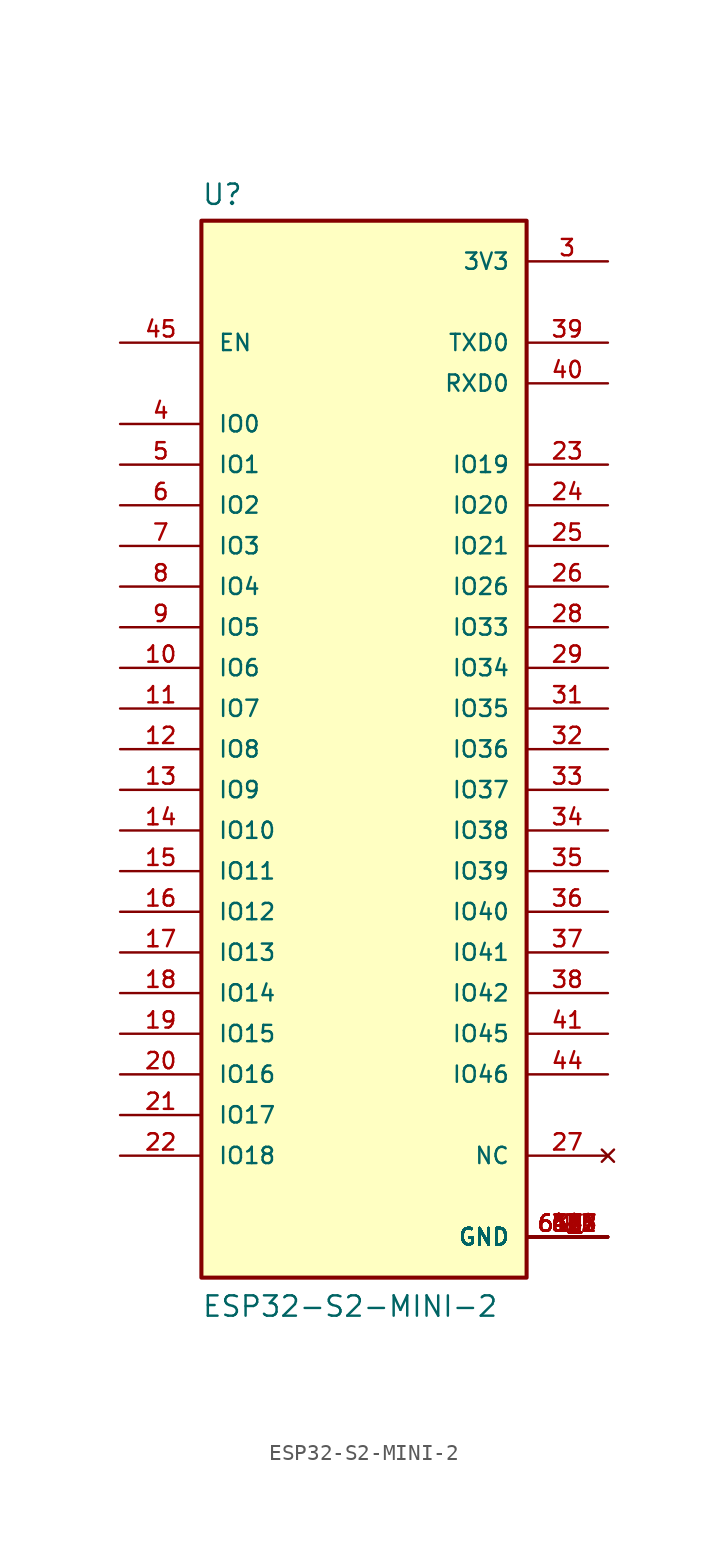
<source format=kicad_sym>
(kicad_symbol_lib
  (version 20231120)
  (generator "kicad_symbol_editor")
  (generator_version "8.0")
  (symbol "ESP32-S2-MINI-2"
    (pin_names
      (offset 1.016))
    (property "Reference" "U"
      (at -10.16 33.909 0)
      (effects (font (size 1.27 1.27)) (justify left bottom)))
    (property "Value" "ESP32-S2-MINI-2"
      (at -10.16 -35.56 0)
      (effects (font (size 1.27 1.27)) (justify left bottom)))
    (symbol "ESP32-S2-MINI-2_0_0"
      (rectangle (start -10.16 -33.02) (end 10.16 33.02) (stroke (width 0.254) (type default)) (fill (type background)))
      (pin power_in line (at 15.24 -30.48 180) (length 5.08) (name "GND" (effects (font (size 1.016 1.016)))) (number "1" (effects (font (size 1.016 1.016)))))
      (pin bidirectional line (at -15.24 5.08 0) (length 5.08) (name "IO6" (effects (font (size 1.016 1.016)))) (number "10" (effects (font (size 1.016 1.016)))))
      (pin bidirectional line (at -15.24 2.54 0) (length 5.08) (name "IO7" (effects (font (size 1.016 1.016)))) (number "11" (effects (font (size 1.016 1.016)))))
      (pin bidirectional line (at -15.24 0 0) (length 5.08) (name "IO8" (effects (font (size 1.016 1.016)))) (number "12" (effects (font (size 1.016 1.016)))))
      (pin bidirectional line (at -15.24 -2.54 0) (length 5.08) (name "IO9" (effects (font (size 1.016 1.016)))) (number "13" (effects (font (size 1.016 1.016)))))
      (pin bidirectional line (at -15.24 -5.08 0) (length 5.08) (name "IO10" (effects (font (size 1.016 1.016)))) (number "14" (effects (font (size 1.016 1.016)))))
      (pin bidirectional line (at -15.24 -7.62 0) (length 5.08) (name "IO11" (effects (font (size 1.016 1.016)))) (number "15" (effects (font (size 1.016 1.016)))))
      (pin bidirectional line (at -15.24 -10.16 0) (length 5.08) (name "IO12" (effects (font (size 1.016 1.016)))) (number "16" (effects (font (size 1.016 1.016)))))
      (pin bidirectional line (at -15.24 -12.7 0) (length 5.08) (name "IO13" (effects (font (size 1.016 1.016)))) (number "17" (effects (font (size 1.016 1.016)))))
      (pin bidirectional line (at -15.24 -15.24 0) (length 5.08) (name "IO14" (effects (font (size 1.016 1.016)))) (number "18" (effects (font (size 1.016 1.016)))))
      (pin bidirectional line (at -15.24 -17.78 0) (length 5.08) (name "IO15" (effects (font (size 1.016 1.016)))) (number "19" (effects (font (size 1.016 1.016)))))
      (pin power_in line (at 15.24 -30.48 180) (length 5.08) (name "GND" (effects (font (size 1.016 1.016)))) (number "2" (effects (font (size 1.016 1.016)))))
      (pin bidirectional line (at -15.24 -20.32 0) (length 5.08) (name "IO16" (effects (font (size 1.016 1.016)))) (number "20" (effects (font (size 1.016 1.016)))))
      (pin bidirectional line (at -15.24 -22.86 0) (length 5.08) (name "IO17" (effects (font (size 1.016 1.016)))) (number "21" (effects (font (size 1.016 1.016)))))
      (pin bidirectional line (at -15.24 -25.4 0) (length 5.08) (name "IO18" (effects (font (size 1.016 1.016)))) (number "22" (effects (font (size 1.016 1.016)))))
      (pin bidirectional line (at 15.24 17.78 180) (length 5.08) (name "IO19" (effects (font (size 1.016 1.016)))) (number "23" (effects (font (size 1.016 1.016)))))
      (pin bidirectional line (at 15.24 15.24 180) (length 5.08) (name "IO20" (effects (font (size 1.016 1.016)))) (number "24" (effects (font (size 1.016 1.016)))))
      (pin bidirectional line (at 15.24 12.7 180) (length 5.08) (name "IO21" (effects (font (size 1.016 1.016)))) (number "25" (effects (font (size 1.016 1.016)))))
      (pin bidirectional line (at 15.24 10.16 180) (length 5.08) (name "IO26" (effects (font (size 1.016 1.016)))) (number "26" (effects (font (size 1.016 1.016)))))
      (pin no_connect line (at 15.24 -25.4 180) (length 5.08) (name "NC" (effects (font (size 1.016 1.016)))) (number "27" (effects (font (size 1.016 1.016)))))
      (pin bidirectional line (at 15.24 7.62 180) (length 5.08) (name "IO33" (effects (font (size 1.016 1.016)))) (number "28" (effects (font (size 1.016 1.016)))))
      (pin bidirectional line (at 15.24 5.08 180) (length 5.08) (name "IO34" (effects (font (size 1.016 1.016)))) (number "29" (effects (font (size 1.016 1.016)))))
      (pin power_in line (at 15.24 30.48 180) (length 5.08) (name "3V3" (effects (font (size 1.016 1.016)))) (number "3" (effects (font (size 1.016 1.016)))))
      (pin power_in line (at 15.24 -30.48 180) (length 5.08) (name "GND" (effects (font (size 1.016 1.016)))) (number "30" (effects (font (size 1.016 1.016)))))
      (pin bidirectional line (at 15.24 2.54 180) (length 5.08) (name "IO35" (effects (font (size 1.016 1.016)))) (number "31" (effects (font (size 1.016 1.016)))))
      (pin bidirectional line (at 15.24 0 180) (length 5.08) (name "IO36" (effects (font (size 1.016 1.016)))) (number "32" (effects (font (size 1.016 1.016)))))
      (pin bidirectional line (at 15.24 -2.54 180) (length 5.08) (name "IO37" (effects (font (size 1.016 1.016)))) (number "33" (effects (font (size 1.016 1.016)))))
      (pin bidirectional line (at 15.24 -5.08 180) (length 5.08) (name "IO38" (effects (font (size 1.016 1.016)))) (number "34" (effects (font (size 1.016 1.016)))))
      (pin bidirectional line (at 15.24 -7.62 180) (length 5.08) (name "IO39" (effects (font (size 1.016 1.016)))) (number "35" (effects (font (size 1.016 1.016)))))
      (pin bidirectional line (at 15.24 -10.16 180) (length 5.08) (name "IO40" (effects (font (size 1.016 1.016)))) (number "36" (effects (font (size 1.016 1.016)))))
      (pin bidirectional line (at 15.24 -12.7 180) (length 5.08) (name "IO41" (effects (font (size 1.016 1.016)))) (number "37" (effects (font (size 1.016 1.016)))))
      (pin bidirectional line (at 15.24 -15.24 180) (length 5.08) (name "IO42" (effects (font (size 1.016 1.016)))) (number "38" (effects (font (size 1.016 1.016)))))
      (pin bidirectional line (at 15.24 25.4 180) (length 5.08) (name "TXD0" (effects (font (size 1.016 1.016)))) (number "39" (effects (font (size 1.016 1.016)))))
      (pin bidirectional line (at -15.24 20.32 0) (length 5.08) (name "IO0" (effects (font (size 1.016 1.016)))) (number "4" (effects (font (size 1.016 1.016)))))
      (pin bidirectional line (at 15.24 22.86 180) (length 5.08) (name "RXD0" (effects (font (size 1.016 1.016)))) (number "40" (effects (font (size 1.016 1.016)))))
      (pin bidirectional line (at 15.24 -17.78 180) (length 5.08) (name "IO45" (effects (font (size 1.016 1.016)))) (number "41" (effects (font (size 1.016 1.016)))))
      (pin power_in line (at 15.24 -30.48 180) (length 5.08) (name "GND" (effects (font (size 1.016 1.016)))) (number "42" (effects (font (size 1.016 1.016)))))
      (pin power_in line (at 15.24 -30.48 180) (length 5.08) (name "GND" (effects (font (size 1.016 1.016)))) (number "43" (effects (font (size 1.016 1.016)))))
      (pin input line (at 15.24 -20.32 180) (length 5.08) (name "IO46" (effects (font (size 1.016 1.016)))) (number "44" (effects (font (size 1.016 1.016)))))
      (pin input line (at -15.24 25.4 0) (length 5.08) (name "EN" (effects (font (size 1.016 1.016)))) (number "45" (effects (font (size 1.016 1.016)))))
      (pin power_in line (at 15.24 -30.48 180) (length 5.08) (name "GND" (effects (font (size 1.016 1.016)))) (number "46" (effects (font (size 1.016 1.016)))))
      (pin power_in line (at 15.24 -30.48 180) (length 5.08) (name "GND" (effects (font (size 1.016 1.016)))) (number "47" (effects (font (size 1.016 1.016)))))
      (pin power_in line (at 15.24 -30.48 180) (length 5.08) (name "GND" (effects (font (size 1.016 1.016)))) (number "48" (effects (font (size 1.016 1.016)))))
      (pin power_in line (at 15.24 -30.48 180) (length 5.08) (name "GND" (effects (font (size 1.016 1.016)))) (number "49" (effects (font (size 1.016 1.016)))))
      (pin bidirectional line (at -15.24 17.78 0) (length 5.08) (name "IO1" (effects (font (size 1.016 1.016)))) (number "5" (effects (font (size 1.016 1.016)))))
      (pin power_in line (at 15.24 -30.48 180) (length 5.08) (name "GND" (effects (font (size 1.016 1.016)))) (number "50" (effects (font (size 1.016 1.016)))))
      (pin power_in line (at 15.24 -30.48 180) (length 5.08) (name "GND" (effects (font (size 1.016 1.016)))) (number "51" (effects (font (size 1.016 1.016)))))
      (pin power_in line (at 15.24 -30.48 180) (length 5.08) (name "GND" (effects (font (size 1.016 1.016)))) (number "52" (effects (font (size 1.016 1.016)))))
      (pin power_in line (at 15.24 -30.48 180) (length 5.08) (name "GND" (effects (font (size 1.016 1.016)))) (number "53" (effects (font (size 1.016 1.016)))))
      (pin power_in line (at 15.24 -30.48 180) (length 5.08) (name "GND" (effects (font (size 1.016 1.016)))) (number "54" (effects (font (size 1.016 1.016)))))
      (pin power_in line (at 15.24 -30.48 180) (length 5.08) (name "GND" (effects (font (size 1.016 1.016)))) (number "55" (effects (font (size 1.016 1.016)))))
      (pin power_in line (at 15.24 -30.48 180) (length 5.08) (name "GND" (effects (font (size 1.016 1.016)))) (number "56" (effects (font (size 1.016 1.016)))))
      (pin power_in line (at 15.24 -30.48 180) (length 5.08) (name "GND" (effects (font (size 1.016 1.016)))) (number "57" (effects (font (size 1.016 1.016)))))
      (pin power_in line (at 15.24 -30.48 180) (length 5.08) (name "GND" (effects (font (size 1.016 1.016)))) (number "58" (effects (font (size 1.016 1.016)))))
      (pin power_in line (at 15.24 -30.48 180) (length 5.08) (name "GND" (effects (font (size 1.016 1.016)))) (number "59" (effects (font (size 1.016 1.016)))))
      (pin bidirectional line (at -15.24 15.24 0) (length 5.08) (name "IO2" (effects (font (size 1.016 1.016)))) (number "6" (effects (font (size 1.016 1.016)))))
      (pin power_in line (at 15.24 -30.48 180) (length 5.08) (name "GND" (effects (font (size 1.016 1.016)))) (number "60" (effects (font (size 1.016 1.016)))))
      (pin power_in line (at 15.24 -30.48 180) (length 5.08) (name "GND" (effects (font (size 1.016 1.016)))) (number "61" (effects (font (size 1.016 1.016)))))
      (pin power_in line (at 15.24 -30.48 180) (length 5.08) (name "GND" (effects (font (size 1.016 1.016)))) (number "61_1" (effects (font (size 1.016 1.016)))))
      (pin power_in line (at 15.24 -30.48 180) (length 5.08) (name "GND" (effects (font (size 1.016 1.016)))) (number "61_2" (effects (font (size 1.016 1.016)))))
      (pin power_in line (at 15.24 -30.48 180) (length 5.08) (name "GND" (effects (font (size 1.016 1.016)))) (number "61_3" (effects (font (size 1.016 1.016)))))
      (pin power_in line (at 15.24 -30.48 180) (length 5.08) (name "GND" (effects (font (size 1.016 1.016)))) (number "61_4" (effects (font (size 1.016 1.016)))))
      (pin power_in line (at 15.24 -30.48 180) (length 5.08) (name "GND" (effects (font (size 1.016 1.016)))) (number "61_5" (effects (font (size 1.016 1.016)))))
      (pin power_in line (at 15.24 -30.48 180) (length 5.08) (name "GND" (effects (font (size 1.016 1.016)))) (number "61_6" (effects (font (size 1.016 1.016)))))
      (pin power_in line (at 15.24 -30.48 180) (length 5.08) (name "GND" (effects (font (size 1.016 1.016)))) (number "61_7" (effects (font (size 1.016 1.016)))))
      (pin power_in line (at 15.24 -30.48 180) (length 5.08) (name "GND" (effects (font (size 1.016 1.016)))) (number "61_8" (effects (font (size 1.016 1.016)))))
      (pin power_in line (at 15.24 -30.48 180) (length 5.08) (name "GND" (effects (font (size 1.016 1.016)))) (number "62" (effects (font (size 1.016 1.016)))))
      (pin power_in line (at 15.24 -30.48 180) (length 5.08) (name "GND" (effects (font (size 1.016 1.016)))) (number "63" (effects (font (size 1.016 1.016)))))
      (pin power_in line (at 15.24 -30.48 180) (length 5.08) (name "GND" (effects (font (size 1.016 1.016)))) (number "64" (effects (font (size 1.016 1.016)))))
      (pin power_in line (at 15.24 -30.48 180) (length 5.08) (name "GND" (effects (font (size 1.016 1.016)))) (number "65" (effects (font (size 1.016 1.016)))))
      (pin bidirectional line (at -15.24 12.7 0) (length 5.08) (name "IO3" (effects (font (size 1.016 1.016)))) (number "7" (effects (font (size 1.016 1.016)))))
      (pin bidirectional line (at -15.24 10.16 0) (length 5.08) (name "IO4" (effects (font (size 1.016 1.016)))) (number "8" (effects (font (size 1.016 1.016)))))
      (pin bidirectional line (at -15.24 7.62 0) (length 5.08) (name "IO5" (effects (font (size 1.016 1.016)))) (number "9" (effects (font (size 1.016 1.016))))))))
</source>
